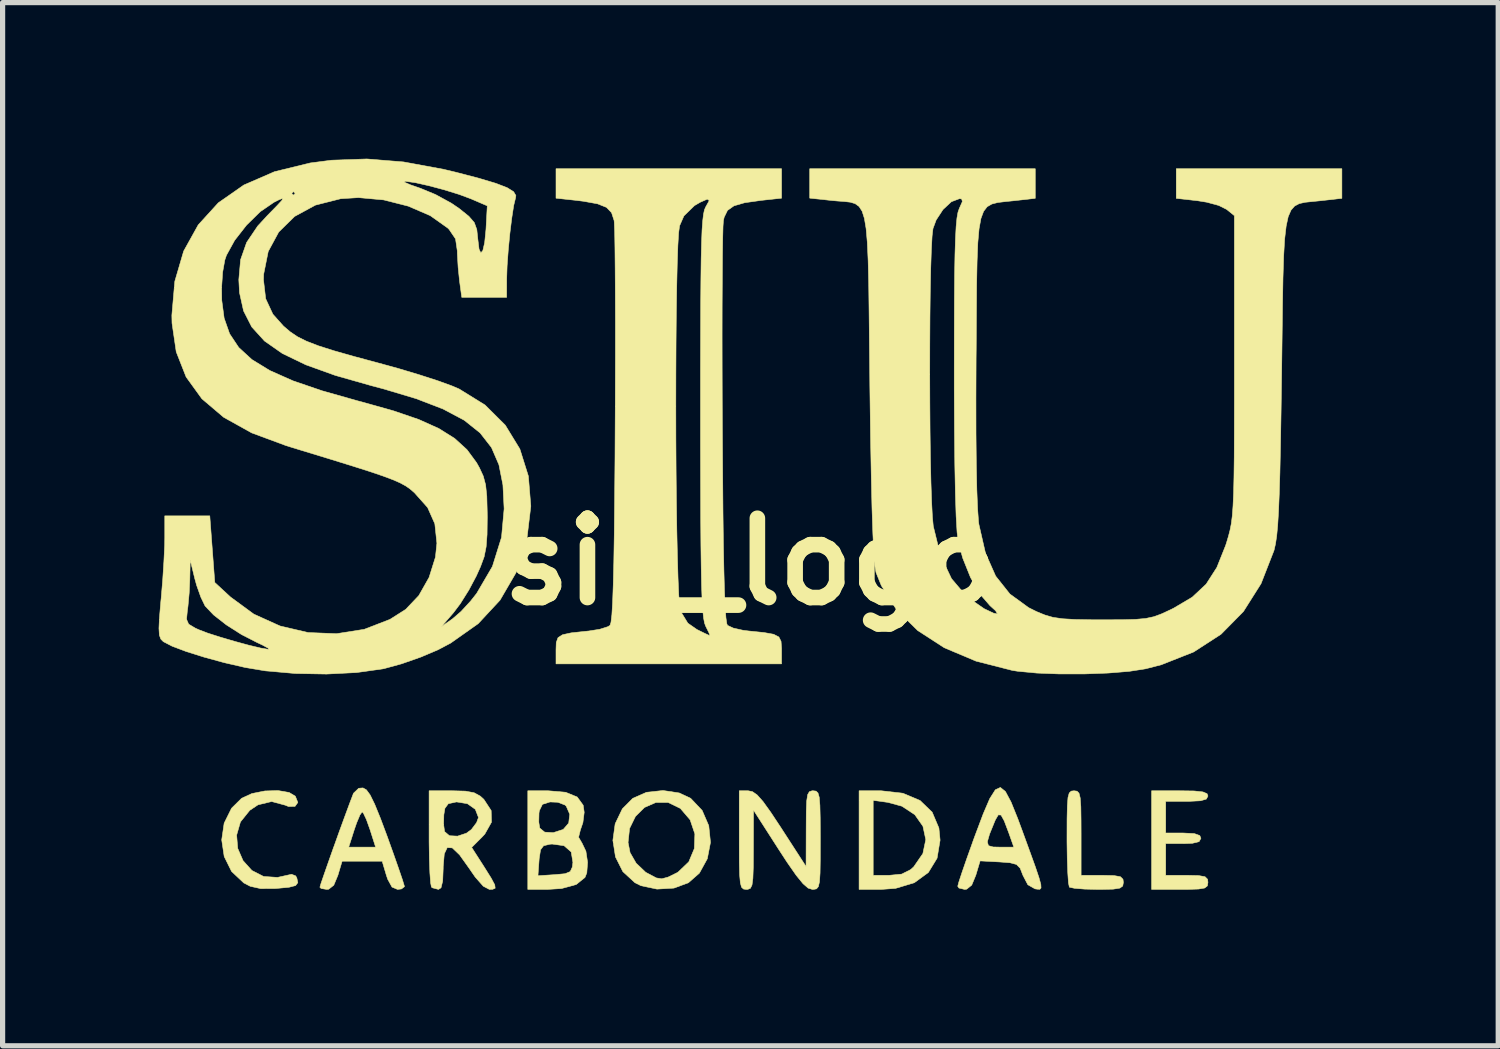
<source format=kicad_pcb>
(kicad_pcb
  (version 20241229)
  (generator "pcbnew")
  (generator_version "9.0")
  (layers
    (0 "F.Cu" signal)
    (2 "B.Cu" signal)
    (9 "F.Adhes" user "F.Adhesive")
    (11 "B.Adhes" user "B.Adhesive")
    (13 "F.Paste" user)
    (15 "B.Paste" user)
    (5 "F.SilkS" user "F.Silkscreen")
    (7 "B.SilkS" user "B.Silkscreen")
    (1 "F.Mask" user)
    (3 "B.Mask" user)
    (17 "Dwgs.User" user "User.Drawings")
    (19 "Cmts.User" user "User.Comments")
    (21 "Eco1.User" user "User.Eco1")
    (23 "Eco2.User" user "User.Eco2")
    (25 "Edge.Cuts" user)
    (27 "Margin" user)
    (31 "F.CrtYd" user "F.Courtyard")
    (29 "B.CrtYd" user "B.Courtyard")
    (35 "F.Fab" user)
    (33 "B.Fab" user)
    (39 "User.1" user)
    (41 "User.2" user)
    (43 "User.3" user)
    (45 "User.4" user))
  (footprint "siu_logo"
    (layer "F.Cu")
    (at 11.361 7.745)
    (property "Reference" "siu_logo" (at 0 0 0) (layer "F.SilkS") (effects (font (size 1.524 1.524) (thickness 0.3))))
    (attr through_hole)
    (fp_poly (pts (xy 2.943 4.451) (xy 3.272 4.59) (xy 3.505 4.815) (xy 3.634 5.119) (xy 3.657 5.352) (xy 3.599 5.699) (xy 3.431 5.974) (xy 3.162 6.17) (xy 2.801 6.279) (xy 2.524 6.299) (xy 2.1 6.299) (xy 2.1 6.028) (xy 2.371 6.028) (xy 2.679 6.028) (xy 2.918 6.005) (xy 3.088 5.92) (xy 3.15 5.865) (xy 3.326 5.61) (xy 3.382 5.342) (xy 3.327 5.085) (xy 3.171 4.863) (xy 2.924 4.7) (xy 2.653 4.626) (xy 2.371 4.588) (xy 2.371 6.028) (xy 2.1 6.028) (xy 2.1 4.403) (xy 2.524 4.403) (xy 2.943 4.451)) (stroke (width 0.01) (type solid)) (fill yes) (layer "F.SilkS"))
    (fp_poly (pts (xy 8.541 4.407) (xy 8.708 4.425) (xy 8.788 4.459) (xy 8.805 4.504) (xy 8.774 4.563) (xy 8.663 4.595) (xy 8.448 4.606) (xy 8.399 4.606) (xy 7.993 4.606) (xy 7.993 5.215) (xy 8.331 5.215) (xy 8.544 5.226) (xy 8.648 5.264) (xy 8.67 5.317) (xy 8.634 5.381) (xy 8.508 5.412) (xy 8.331 5.419) (xy 7.993 5.419) (xy 7.993 6.028) (xy 8.399 6.028) (xy 8.626 6.033) (xy 8.749 6.055) (xy 8.798 6.104) (xy 8.805 6.164) (xy 8.794 6.231) (xy 8.742 6.272) (xy 8.622 6.292) (xy 8.406 6.299) (xy 8.263 6.299) (xy 7.722 6.299) (xy 7.722 4.403) (xy 8.263 4.403) (xy 8.541 4.407)) (stroke (width 0.01) (type solid)) (fill yes) (layer "F.SilkS"))
    (fp_poly (pts (xy 6.289 4.411) (xy 6.327 4.45) (xy 6.35 4.542) (xy 6.362 4.71) (xy 6.366 4.976) (xy 6.367 5.215) (xy 6.367 6.028) (xy 6.773 6.028) (xy 7 6.033) (xy 7.123 6.055) (xy 7.172 6.104) (xy 7.18 6.164) (xy 7.167 6.234) (xy 7.112 6.274) (xy 6.984 6.294) (xy 6.757 6.299) (xy 6.683 6.299) (xy 6.435 6.293) (xy 6.243 6.278) (xy 6.145 6.257) (xy 6.141 6.254) (xy 6.124 6.173) (xy 6.111 5.983) (xy 6.101 5.711) (xy 6.096 5.383) (xy 6.096 5.306) (xy 6.097 4.941) (xy 6.103 4.69) (xy 6.115 4.532) (xy 6.139 4.446) (xy 6.177 4.41) (xy 6.231 4.403) (xy 6.231 4.403) (xy 6.289 4.411)) (stroke (width 0.01) (type solid)) (fill yes) (layer "F.SilkS"))
    (fp_poly (pts (xy -8.854 4.436) (xy -8.735 4.507) (xy -8.687 4.628) (xy -8.741 4.703) (xy -8.865 4.706) (xy -8.929 4.68) (xy -9.19 4.61) (xy -9.452 4.673) (xy -9.611 4.779) (xy -9.79 5.002) (xy -9.863 5.255) (xy -9.842 5.511) (xy -9.74 5.746) (xy -9.57 5.935) (xy -9.345 6.05) (xy -9.078 6.068) (xy -8.965 6.043) (xy -8.807 6.008) (xy -8.728 6.039) (xy -8.706 6.079) (xy -8.687 6.169) (xy -8.73 6.225) (xy -8.858 6.258) (xy -9.096 6.28) (xy -9.128 6.282) (xy -9.403 6.283) (xy -9.601 6.239) (xy -9.725 6.175) (xy -9.96 5.954) (xy -10.102 5.667) (xy -10.15 5.347) (xy -10.103 5.026) (xy -9.961 4.739) (xy -9.768 4.548) (xy -9.571 4.457) (xy -9.322 4.407) (xy -9.068 4.399) (xy -8.854 4.436)) (stroke (width 0.01) (type solid)) (fill yes) (layer "F.SilkS"))
    (fp_poly (pts (xy -1.356 4.445) (xy -1.137 4.548) (xy -0.916 4.781) (xy -0.789 5.074) (xy -0.756 5.395) (xy -0.817 5.71) (xy -0.969 5.986) (xy -1.18 6.171) (xy -1.459 6.274) (xy -1.784 6.293) (xy -2.091 6.228) (xy -2.207 6.171) (xy -2.44 5.957) (xy -2.582 5.674) (xy -2.625 5.397) (xy -2.34 5.397) (xy -2.301 5.593) (xy -2.185 5.795) (xy -2.001 5.97) (xy -1.797 6.078) (xy -1.693 6.095) (xy -1.57 6.062) (xy -1.403 5.98) (xy -1.379 5.966) (xy -1.173 5.769) (xy -1.066 5.513) (xy -1.056 5.232) (xy -1.147 4.962) (xy -1.335 4.742) (xy -1.57 4.628) (xy -1.806 4.628) (xy -2.023 4.723) (xy -2.198 4.896) (xy -2.311 5.127) (xy -2.34 5.397) (xy -2.625 5.397) (xy -2.632 5.357) (xy -2.588 5.038) (xy -2.45 4.75) (xy -2.249 4.548) (xy -1.985 4.432) (xy -1.668 4.398) (xy -1.356 4.445)) (stroke (width 0.01) (type solid)) (fill yes) (layer "F.SilkS"))
    (fp_poly (pts (xy -7.37 4.384) (xy -7.298 4.482) (xy -7.21 4.661) (xy -7.098 4.936) (xy -6.969 5.281) (xy -6.851 5.61) (xy -6.751 5.895) (xy -6.678 6.109) (xy -6.641 6.23) (xy -6.638 6.246) (xy -6.695 6.29) (xy -6.771 6.299) (xy -6.877 6.254) (xy -6.96 6.103) (xy -6.985 6.028) (xy -7.066 5.757) (xy -7.836 5.757) (xy -7.917 6.028) (xy -7.996 6.218) (xy -8.093 6.295) (xy -8.131 6.299) (xy -8.239 6.281) (xy -8.263 6.257) (xy -8.242 6.185) (xy -8.183 6.013) (xy -8.098 5.77) (xy -7.998 5.486) (xy -7.709 5.486) (xy -7.192 5.486) (xy -7.3 5.148) (xy -7.368 4.958) (xy -7.426 4.835) (xy -7.451 4.809) (xy -7.493 4.868) (xy -7.556 5.018) (xy -7.601 5.148) (xy -7.709 5.486) (xy -7.998 5.486) (xy -7.996 5.483) (xy -7.888 5.181) (xy -7.782 4.891) (xy -7.69 4.642) (xy -7.621 4.461) (xy -7.617 4.45) (xy -7.517 4.355) (xy -7.435 4.348) (xy -7.37 4.384)) (stroke (width 0.01) (type solid)) (fill yes) (layer "F.SilkS"))
    (fp_poly (pts (xy 4.913 4.418) (xy 5.021 4.62) (xy 5.151 4.942) (xy 5.232 5.161) (xy 5.381 5.57) (xy 5.489 5.869) (xy 5.558 6.074) (xy 5.593 6.202) (xy 5.597 6.271) (xy 5.575 6.296) (xy 5.529 6.295) (xy 5.481 6.288) (xy 5.343 6.209) (xy 5.249 6.028) (xy 5.196 5.892) (xy 5.125 5.819) (xy 4.996 5.786) (xy 4.798 5.771) (xy 4.426 5.751) (xy 4.344 6.025) (xy 4.265 6.216) (xy 4.169 6.294) (xy 4.129 6.299) (xy 4.02 6.273) (xy 3.996 6.238) (xy 4.018 6.155) (xy 4.079 5.97) (xy 4.17 5.707) (xy 4.283 5.391) (xy 4.285 5.384) (xy 4.565 5.384) (xy 4.586 5.458) (xy 4.676 5.483) (xy 4.801 5.486) (xy 5.074 5.486) (xy 4.977 5.212) (xy 4.89 4.982) (xy 4.828 4.87) (xy 4.776 4.866) (xy 4.721 4.959) (xy 4.707 4.991) (xy 4.607 5.237) (xy 4.565 5.384) (xy 4.285 5.384) (xy 4.326 5.272) (xy 4.485 4.849) (xy 4.612 4.553) (xy 4.719 4.384) (xy 4.816 4.339) (xy 4.913 4.418)) (stroke (width 0.01) (type solid)) (fill yes) (layer "F.SilkS"))
    (fp_poly (pts (xy 0.051 4.42) (xy 0.141 4.483) (xy 0.254 4.61) (xy 0.404 4.819) (xy 0.607 5.126) (xy 0.61 5.131) (xy 1.081 5.859) (xy 1.083 5.131) (xy 1.085 4.809) (xy 1.093 4.599) (xy 1.112 4.477) (xy 1.145 4.42) (xy 1.198 4.403) (xy 1.219 4.403) (xy 1.273 4.41) (xy 1.31 4.445) (xy 1.334 4.528) (xy 1.347 4.682) (xy 1.353 4.925) (xy 1.355 5.28) (xy 1.355 5.351) (xy 1.354 5.726) (xy 1.35 5.986) (xy 1.339 6.152) (xy 1.317 6.246) (xy 1.282 6.288) (xy 1.23 6.298) (xy 1.202 6.299) (xy 1.121 6.274) (xy 1.023 6.189) (xy 0.893 6.03) (xy 0.718 5.779) (xy 0.56 5.537) (xy 0.071 4.775) (xy 0.069 5.537) (xy 0.067 5.868) (xy 0.059 6.086) (xy 0.042 6.215) (xy 0.011 6.278) (xy -0.039 6.298) (xy -0.068 6.299) (xy -0.121 6.292) (xy -0.159 6.257) (xy -0.182 6.173) (xy -0.196 6.02) (xy -0.202 5.776) (xy -0.203 5.421) (xy -0.203 5.351) (xy -0.203 4.403) (xy -0.032 4.403) (xy 0.051 4.42)) (stroke (width 0.01) (type solid)) (fill yes) (layer "F.SilkS"))
    (fp_poly (pts (xy -3.539 4.432) (xy -3.317 4.523) (xy -3.203 4.68) (xy -3.183 4.817) (xy -3.208 5.015) (xy -3.257 5.158) (xy -3.291 5.296) (xy -3.223 5.413) (xy -3.15 5.566) (xy -3.118 5.778) (xy -3.133 5.98) (xy -3.168 6.069) (xy -3.337 6.205) (xy -3.618 6.282) (xy -3.89 6.299) (xy -4.267 6.299) (xy -4.267 6.036) (xy -4.072 6.036) (xy -3.746 6.015) (xy -3.55 5.997) (xy -3.451 5.956) (xy -3.411 5.869) (xy -3.4 5.779) (xy -3.433 5.579) (xy -3.57 5.459) (xy -3.799 5.427) (xy -3.847 5.431) (xy -3.964 5.46) (xy -4.022 5.538) (xy -4.048 5.705) (xy -4.051 5.744) (xy -4.072 6.036) (xy -4.267 6.036) (xy -4.267 5.007) (xy -4.056 5.007) (xy -4.037 5.12) (xy -3.943 5.198) (xy -3.778 5.208) (xy -3.589 5.147) (xy -3.585 5.145) (xy -3.481 5.024) (xy -3.461 4.854) (xy -3.528 4.7) (xy -3.552 4.677) (xy -3.689 4.624) (xy -3.84 4.618) (xy -3.986 4.664) (xy -4.045 4.786) (xy -4.052 4.832) (xy -4.056 5.007) (xy -4.267 5.007) (xy -4.267 4.403) (xy -3.876 4.403) (xy -3.539 4.432)) (stroke (width 0.01) (type solid)) (fill yes) (layer "F.SilkS"))
    (fp_poly (pts (xy -5.465 4.41) (xy -5.299 4.441) (xy -5.18 4.506) (xy -5.111 4.569) (xy -4.971 4.783) (xy -4.965 5.007) (xy -5.093 5.235) (xy -5.145 5.291) (xy -5.346 5.492) (xy -5.111 5.858) (xy -4.972 6.08) (xy -4.902 6.211) (xy -4.894 6.276) (xy -4.943 6.297) (xy -5.005 6.299) (xy -5.122 6.238) (xy -5.279 6.06) (xy -5.394 5.893) (xy -5.579 5.634) (xy -5.718 5.501) (xy -5.815 5.495) (xy -5.872 5.615) (xy -5.893 5.862) (xy -5.893 5.893) (xy -5.903 6.138) (xy -5.935 6.268) (xy -5.983 6.299) (xy -6.098 6.269) (xy -6.119 6.254) (xy -6.135 6.173) (xy -6.149 5.983) (xy -6.159 5.711) (xy -6.164 5.383) (xy -6.164 5.306) (xy -6.164 5.051) (xy -5.885 5.051) (xy -5.867 5.185) (xy -5.866 5.188) (xy -5.773 5.267) (xy -5.617 5.275) (xy -5.446 5.218) (xy -5.351 5.148) (xy -5.251 5.015) (xy -5.215 4.916) (xy -5.276 4.759) (xy -5.429 4.651) (xy -5.633 4.618) (xy -5.647 4.619) (xy -5.795 4.652) (xy -5.86 4.74) (xy -5.881 4.866) (xy -5.885 5.051) (xy -6.164 5.051) (xy -6.164 4.403) (xy -5.72 4.403) (xy -5.465 4.41)) (stroke (width 0.01) (type solid)) (fill yes) (layer "F.SilkS"))
    (fp_poly (pts (xy 0.61 -6.986) (xy 0.22 -6.944) (xy -0.098 -6.899) (xy -0.305 -6.839) (xy -0.429 -6.751) (xy -0.493 -6.62) (xy -0.507 -6.556) (xy -0.515 -6.448) (xy -0.521 -6.217) (xy -0.526 -5.877) (xy -0.529 -5.442) (xy -0.532 -4.923) (xy -0.533 -4.335) (xy -0.532 -3.691) (xy -0.53 -3.004) (xy -0.528 -2.594) (xy -0.522 -1.717) (xy -0.516 -0.968) (xy -0.508 -0.341) (xy -0.498 0.17) (xy -0.487 0.572) (xy -0.474 0.872) (xy -0.459 1.077) (xy -0.442 1.193) (xy -0.429 1.224) (xy -0.319 1.276) (xy -0.128 1.319) (xy -0.023 1.332) (xy 0.272 1.362) (xy 0.457 1.395) (xy 0.558 1.447) (xy 0.6 1.53) (xy 0.61 1.661) (xy 0.61 1.695) (xy 0.61 1.964) (xy -3.725 1.964) (xy -3.725 1.695) (xy -3.72 1.553) (xy -3.686 1.46) (xy -3.599 1.404) (xy -3.433 1.368) (xy -3.163 1.339) (xy -3.093 1.332) (xy -2.884 1.299) (xy -2.727 1.249) (xy -2.687 1.224) (xy -2.668 1.164) (xy -2.651 1.019) (xy -2.637 0.784) (xy -2.625 0.45) (xy -2.614 0.013) (xy -2.605 -0.536) (xy -2.598 -1.202) (xy -2.591 -1.993) (xy -2.588 -2.594) (xy -2.586 -2.99) (xy -1.422 -2.99) (xy -1.421 -2.362) (xy -1.417 -1.744) (xy -1.411 -1.152) (xy -1.403 -0.602) (xy -1.392 -0.11) (xy -1.38 0.307) (xy -1.366 0.635) (xy -1.349 0.856) (xy -1.334 0.948) (xy -1.191 1.182) (xy -1.016 1.304) (xy -0.863 1.379) (xy -0.773 1.42) (xy -0.766 1.422) (xy -0.784 1.37) (xy -0.846 1.244) (xy -0.85 1.236) (xy -0.871 1.177) (xy -0.889 1.08) (xy -0.904 0.936) (xy -0.917 0.733) (xy -0.927 0.463) (xy -0.934 0.115) (xy -0.94 -0.322) (xy -0.944 -0.858) (xy -0.946 -1.502) (xy -0.948 -2.265) (xy -0.948 -2.813) (xy -0.948 -3.644) (xy -0.946 -4.351) (xy -0.944 -4.943) (xy -0.94 -5.431) (xy -0.935 -5.826) (xy -0.927 -6.137) (xy -0.918 -6.376) (xy -0.905 -6.553) (xy -0.89 -6.678) (xy -0.872 -6.761) (xy -0.85 -6.814) (xy -0.843 -6.826) (xy -0.78 -6.94) (xy -0.816 -6.968) (xy -0.951 -6.909) (xy -1.063 -6.844) (xy -1.267 -6.645) (xy -1.35 -6.455) (xy -1.368 -6.323) (xy -1.383 -6.073) (xy -1.395 -5.721) (xy -1.405 -5.283) (xy -1.413 -4.774) (xy -1.418 -4.212) (xy -1.421 -3.612) (xy -1.422 -2.99) (xy -2.586 -2.99) (xy -2.585 -3.3) (xy -2.583 -3.971) (xy -2.583 -4.593) (xy -2.585 -5.153) (xy -2.588 -5.637) (xy -2.592 -6.034) (xy -2.597 -6.329) (xy -2.604 -6.51) (xy -2.608 -6.556) (xy -2.657 -6.707) (xy -2.754 -6.809) (xy -2.927 -6.878) (xy -3.199 -6.927) (xy -3.336 -6.944) (xy -3.725 -6.986) (xy -3.725 -7.552) (xy 0.61 -7.552) (xy 0.61 -6.986)) (stroke (width 0.01) (type solid)) (fill yes) (layer "F.SilkS"))
    (fp_poly (pts (xy 5.486 -6.983) (xy 5.076 -6.937) (xy 4.906 -6.92) (xy 4.766 -6.903) (xy 4.652 -6.874) (xy 4.562 -6.822) (xy 4.493 -6.733) (xy 4.442 -6.596) (xy 4.406 -6.398) (xy 4.382 -6.129) (xy 4.368 -5.775) (xy 4.359 -5.324) (xy 4.355 -4.765) (xy 4.351 -4.085) (xy 4.349 -3.918) (xy 4.346 -3.145) (xy 4.347 -2.459) (xy 4.353 -1.869) (xy 4.363 -1.384) (xy 4.378 -1.014) (xy 4.396 -0.766) (xy 4.403 -0.715) (xy 4.529 -0.165) (xy 4.725 0.277) (xy 4.999 0.622) (xy 5.359 0.884) (xy 5.512 0.96) (xy 5.67 1.025) (xy 5.826 1.07) (xy 6.011 1.097) (xy 6.255 1.111) (xy 6.591 1.117) (xy 6.775 1.117) (xy 7.146 1.116) (xy 7.413 1.109) (xy 7.61 1.091) (xy 7.768 1.057) (xy 7.921 1) (xy 8.099 0.917) (xy 8.15 0.891) (xy 8.503 0.682) (xy 8.77 0.432) (xy 8.976 0.111) (xy 9.145 -0.312) (xy 9.163 -0.368) (xy 9.199 -0.489) (xy 9.229 -0.605) (xy 9.254 -0.732) (xy 9.273 -0.883) (xy 9.287 -1.073) (xy 9.298 -1.314) (xy 9.305 -1.622) (xy 9.31 -2.01) (xy 9.312 -2.492) (xy 9.313 -3.083) (xy 9.313 -3.748) (xy 9.313 -6.65) (xy 9.165 -6.77) (xy 9.013 -6.846) (xy 8.78 -6.909) (xy 8.606 -6.937) (xy 8.196 -6.983) (xy 8.196 -7.552) (xy 11.379 -7.552) (xy 11.379 -6.983) (xy 10.969 -6.937) (xy 10.807 -6.921) (xy 10.671 -6.907) (xy 10.56 -6.882) (xy 10.471 -6.835) (xy 10.401 -6.755) (xy 10.347 -6.63) (xy 10.308 -6.448) (xy 10.279 -6.199) (xy 10.26 -5.871) (xy 10.247 -5.453) (xy 10.238 -4.932) (xy 10.23 -4.298) (xy 10.221 -3.613) (xy 10.21 -2.86) (xy 10.199 -2.23) (xy 10.188 -1.711) (xy 10.175 -1.29) (xy 10.161 -0.955) (xy 10.145 -0.693) (xy 10.126 -0.493) (xy 10.103 -0.341) (xy 10.077 -0.226) (xy 10.073 -0.212) (xy 9.825 0.423) (xy 9.487 0.958) (xy 9.056 1.395) (xy 8.531 1.735) (xy 7.909 1.981) (xy 7.607 2.059) (xy 7.291 2.108) (xy 6.883 2.141) (xy 6.423 2.158) (xy 5.953 2.158) (xy 5.515 2.141) (xy 5.149 2.106) (xy 5.046 2.09) (xy 4.346 1.911) (xy 3.737 1.654) (xy 3.226 1.323) (xy 2.82 0.924) (xy 2.528 0.461) (xy 2.425 0.206) (xy 2.403 0.077) (xy 2.383 -0.171) (xy 2.365 -0.541) (xy 2.348 -1.036) (xy 2.334 -1.659) (xy 2.32 -2.412) (xy 2.308 -3.298) (xy 2.307 -3.375) (xy 2.305 -3.605) (xy 3.458 -3.605) (xy 3.46 -3.043) (xy 3.464 -2.498) (xy 3.471 -1.988) (xy 3.481 -1.533) (xy 3.494 -1.151) (xy 3.509 -0.861) (xy 3.526 -0.682) (xy 3.526 -0.682) (xy 3.663 -0.124) (xy 3.876 0.326) (xy 4.171 0.674) (xy 4.504 0.904) (xy 4.688 0.991) (xy 4.761 1.004) (xy 4.723 0.942) (xy 4.615 0.844) (xy 4.423 0.622) (xy 4.242 0.304) (xy 4.091 -0.072) (xy 4.004 -0.393) (xy 3.983 -0.568) (xy 3.965 -0.875) (xy 3.951 -1.308) (xy 3.94 -1.864) (xy 3.933 -2.537) (xy 3.929 -3.323) (xy 3.929 -3.678) (xy 3.93 -4.409) (xy 3.932 -5.015) (xy 3.936 -5.51) (xy 3.943 -5.905) (xy 3.953 -6.211) (xy 3.965 -6.441) (xy 3.981 -6.605) (xy 4.001 -6.717) (xy 4.025 -6.786) (xy 4.027 -6.79) (xy 4.085 -6.921) (xy 4.072 -6.971) (xy 4.03 -6.977) (xy 3.874 -6.918) (xy 3.713 -6.768) (xy 3.581 -6.566) (xy 3.52 -6.401) (xy 3.503 -6.256) (xy 3.489 -5.994) (xy 3.477 -5.636) (xy 3.468 -5.198) (xy 3.462 -4.701) (xy 3.459 -4.164) (xy 3.458 -3.605) (xy 2.305 -3.605) (xy 2.299 -4.154) (xy 2.292 -4.809) (xy 2.285 -5.35) (xy 2.274 -5.788) (xy 2.258 -6.135) (xy 2.235 -6.401) (xy 2.202 -6.598) (xy 2.158 -6.736) (xy 2.099 -6.827) (xy 2.024 -6.881) (xy 1.931 -6.909) (xy 1.817 -6.922) (xy 1.68 -6.932) (xy 1.589 -6.94) (xy 1.151 -6.987) (xy 1.151 -7.552) (xy 5.486 -7.552) (xy 5.486 -6.983)) (stroke (width 0.01) (type solid)) (fill yes) (layer "F.SilkS"))
    (fp_poly (pts (xy -6.656 -7.683) (xy -5.89 -7.542) (xy -5.651 -7.485) (xy -5.207 -7.369) (xy -4.882 -7.272) (xy -4.664 -7.188) (xy -4.54 -7.111) (xy -4.496 -7.037) (xy -4.503 -6.99) (xy -4.538 -6.846) (xy -4.575 -6.606) (xy -4.612 -6.306) (xy -4.643 -5.984) (xy -4.665 -5.68) (xy -4.673 -5.436) (xy -4.674 -5.08) (xy -5.536 -5.08) (xy -5.579 -5.394) (xy -5.606 -5.656) (xy -5.621 -5.916) (xy -5.622 -5.973) (xy -5.656 -6.204) (xy -5.779 -6.385) (xy -5.808 -6.414) (xy -6.141 -6.65) (xy -6.564 -6.833) (xy -7.037 -6.953) (xy -7.521 -6.997) (xy -7.862 -6.976) (xy -8.348 -6.853) (xy -8.748 -6.636) (xy -9.054 -6.336) (xy -9.256 -5.962) (xy -9.344 -5.524) (xy -9.347 -5.417) (xy -9.305 -5.054) (xy -9.167 -4.757) (xy -8.964 -4.529) (xy -8.834 -4.418) (xy -8.693 -4.323) (xy -8.52 -4.237) (xy -8.295 -4.15) (xy -7.997 -4.055) (xy -7.606 -3.944) (xy -7.174 -3.828) (xy -6.759 -3.714) (xy -6.358 -3.594) (xy -6.002 -3.479) (xy -5.724 -3.378) (xy -5.588 -3.32) (xy -5.09 -3.012) (xy -4.7 -2.624) (xy -4.42 -2.166) (xy -4.256 -1.644) (xy -4.209 -1.067) (xy -4.284 -0.441) (xy -4.294 -0.397) (xy -4.493 0.211) (xy -4.801 0.74) (xy -5.22 1.191) (xy -5.75 1.565) (xy -5.994 1.694) (xy -6.325 1.834) (xy -6.693 1.963) (xy -7.025 2.054) (xy -7.058 2.061) (xy -7.558 2.131) (xy -8.135 2.16) (xy -8.737 2.149) (xy -9.314 2.098) (xy -9.701 2.033) (xy -10.104 1.94) (xy -10.491 1.834) (xy -10.834 1.726) (xy -11.102 1.625) (xy -11.268 1.539) (xy -11.271 1.538) (xy -11.32 1.488) (xy -11.348 1.412) (xy -11.356 1.281) (xy -11.348 1.108) (xy -10.826 1.108) (xy -10.785 1.201) (xy -10.658 1.277) (xy -10.59 1.308) (xy -10.419 1.373) (xy -10.175 1.451) (xy -9.899 1.532) (xy -9.628 1.606) (xy -9.402 1.66) (xy -9.259 1.684) (xy -9.246 1.685) (xy -9.26 1.661) (xy -9.371 1.6) (xy -9.468 1.555) (xy -9.77 1.4) (xy -10.062 1.214) (xy -10.306 1.023) (xy -10.466 0.855) (xy -10.473 0.844) (xy -10.551 0.682) (xy -10.632 0.454) (xy -10.668 0.323) (xy -10.755 -0.034) (xy -10.763 0.339) (xy -10.775 0.603) (xy -10.798 0.853) (xy -10.811 0.952) (xy -10.826 1.108) (xy -11.348 1.108) (xy -11.346 1.072) (xy -11.319 0.756) (xy -11.314 0.71) (xy -11.284 0.352) (xy -11.261 -0.008) (xy -11.246 -0.316) (xy -11.244 -0.457) (xy -11.244 -0.881) (xy -10.379 -0.881) (xy -10.283 0.4) (xy -9.98 0.68) (xy -9.533 1.008) (xy -9.029 1.236) (xy -8.491 1.362) (xy -7.943 1.384) (xy -7.41 1.3) (xy -6.916 1.109) (xy -6.614 0.917) (xy -6.362 0.652) (xy -6.164 0.302) (xy -6.042 -0.087) (xy -6.014 -0.354) (xy -6.054 -0.729) (xy -6.192 -1.04) (xy -6.446 -1.325) (xy -6.465 -1.342) (xy -6.538 -1.404) (xy -6.619 -1.459) (xy -6.722 -1.515) (xy -6.86 -1.575) (xy -7.049 -1.646) (xy -7.302 -1.732) (xy -7.635 -1.838) (xy -8.061 -1.97) (xy -8.596 -2.133) (xy -8.912 -2.23) (xy -9.573 -2.475) (xy -10.112 -2.775) (xy -10.531 -3.131) (xy -10.834 -3.55) (xy -11.024 -4.033) (xy -11.105 -4.585) (xy -11.108 -4.736) (xy -11.062 -5.266) (xy -10.152 -5.266) (xy -10.149 -5.024) (xy -10.103 -4.679) (xy -9.998 -4.38) (xy -9.823 -4.117) (xy -9.569 -3.884) (xy -9.224 -3.673) (xy -8.778 -3.475) (xy -8.219 -3.284) (xy -7.537 -3.091) (xy -7.457 -3.07) (xy -6.851 -2.9) (xy -6.363 -2.733) (xy -5.976 -2.559) (xy -5.673 -2.369) (xy -5.437 -2.154) (xy -5.252 -1.903) (xy -5.195 -1.801) (xy -5.123 -1.645) (xy -5.078 -1.477) (xy -5.055 -1.259) (xy -5.047 -0.953) (xy -5.046 -0.847) (xy -5.05 -0.52) (xy -5.068 -0.284) (xy -5.106 -0.094) (xy -5.176 0.096) (xy -5.256 0.274) (xy -5.4 0.545) (xy -5.565 0.808) (xy -5.697 0.983) (xy -5.927 1.248) (xy -5.712 1.097) (xy -5.55 0.957) (xy -5.365 0.756) (xy -5.25 0.61) (xy -4.947 0.092) (xy -4.772 -0.468) (xy -4.722 -1.016) (xy -4.745 -1.474) (xy -4.822 -1.863) (xy -4.965 -2.194) (xy -5.184 -2.475) (xy -5.49 -2.719) (xy -5.895 -2.934) (xy -6.409 -3.132) (xy -7.044 -3.322) (xy -7.274 -3.383) (xy -7.967 -3.58) (xy -8.534 -3.784) (xy -8.985 -4.002) (xy -9.328 -4.242) (xy -9.573 -4.512) (xy -9.73 -4.82) (xy -9.808 -5.171) (xy -9.821 -5.419) (xy -9.787 -5.804) (xy -9.671 -6.135) (xy -9.458 -6.451) (xy -9.273 -6.652) (xy -9.088 -6.841) (xy -8.991 -6.946) (xy -8.978 -6.982) (xy -9.041 -6.96) (xy -9.143 -6.909) (xy -9.408 -6.728) (xy -9.672 -6.469) (xy -9.901 -6.176) (xy -10.059 -5.889) (xy -10.09 -5.798) (xy -10.132 -5.564) (xy -10.152 -5.266) (xy -11.062 -5.266) (xy -11.051 -5.389) (xy -10.881 -5.969) (xy -10.601 -6.473) (xy -10.215 -6.897) (xy -9.955 -7.078) (xy -8.805 -7.078) (xy -8.771 -7.044) (xy -8.738 -7.078) (xy -8.771 -7.112) (xy -8.805 -7.078) (xy -9.955 -7.078) (xy -9.725 -7.239) (xy -9.561 -7.31) (xy -6.638 -7.31) (xy -6.633 -7.291) (xy -6.523 -7.243) (xy -6.333 -7.177) (xy -6.04 -7.056) (xy -5.738 -6.891) (xy -5.588 -6.789) (xy -5.4 -6.638) (xy -5.295 -6.517) (xy -5.247 -6.383) (xy -5.228 -6.203) (xy -5.204 -6.006) (xy -5.17 -5.935) (xy -5.131 -5.98) (xy -5.096 -6.132) (xy -5.071 -6.383) (xy -5.069 -6.417) (xy -5.046 -6.839) (xy -5.362 -6.975) (xy -5.588 -7.059) (xy -5.869 -7.146) (xy -6.161 -7.224) (xy -6.422 -7.283) (xy -6.609 -7.31) (xy -6.638 -7.31) (xy -9.561 -7.31) (xy -9.136 -7.495) (xy -8.449 -7.663) (xy -8.039 -7.716) (xy -7.361 -7.74) (xy -6.656 -7.683)) (stroke (width 0.01) (type solid)) (fill yes) (layer "F.SilkS")))
  (gr_rect
    (start -3 -3)
    (end 25.745 17.049)
    (stroke (width 0.1) (type default))
    (fill no)
    (layer "Edge.Cuts")))
</source>
